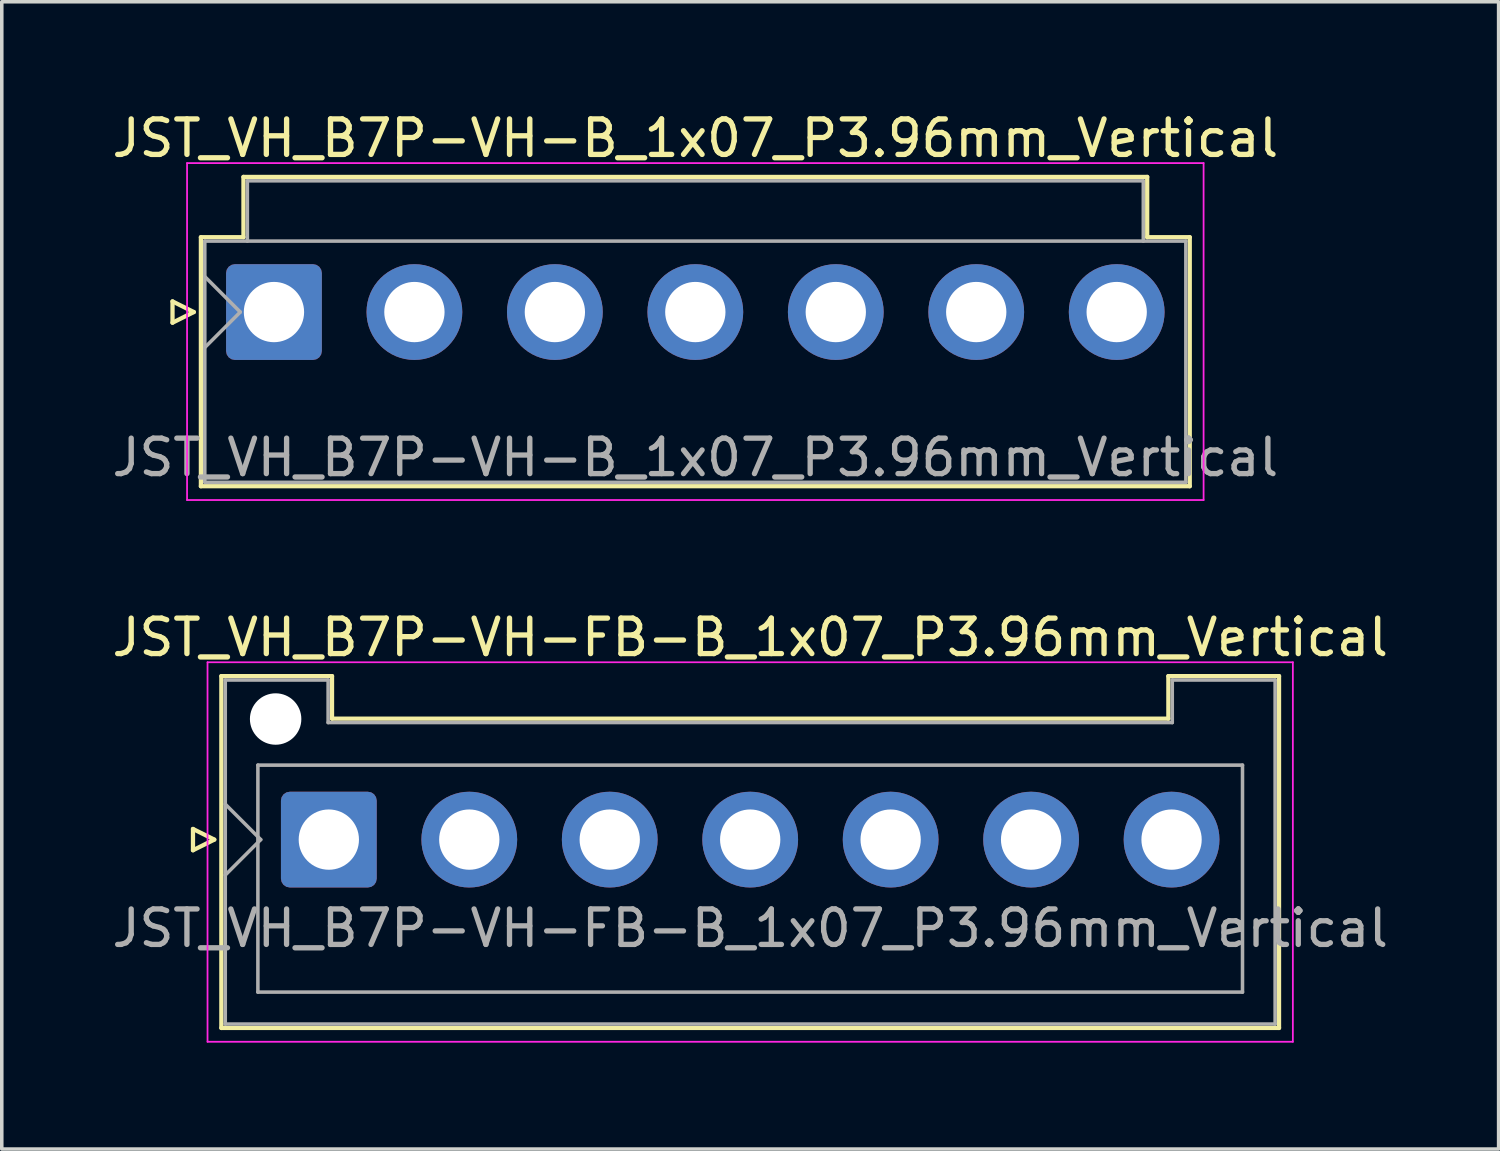
<source format=kicad_pcb>
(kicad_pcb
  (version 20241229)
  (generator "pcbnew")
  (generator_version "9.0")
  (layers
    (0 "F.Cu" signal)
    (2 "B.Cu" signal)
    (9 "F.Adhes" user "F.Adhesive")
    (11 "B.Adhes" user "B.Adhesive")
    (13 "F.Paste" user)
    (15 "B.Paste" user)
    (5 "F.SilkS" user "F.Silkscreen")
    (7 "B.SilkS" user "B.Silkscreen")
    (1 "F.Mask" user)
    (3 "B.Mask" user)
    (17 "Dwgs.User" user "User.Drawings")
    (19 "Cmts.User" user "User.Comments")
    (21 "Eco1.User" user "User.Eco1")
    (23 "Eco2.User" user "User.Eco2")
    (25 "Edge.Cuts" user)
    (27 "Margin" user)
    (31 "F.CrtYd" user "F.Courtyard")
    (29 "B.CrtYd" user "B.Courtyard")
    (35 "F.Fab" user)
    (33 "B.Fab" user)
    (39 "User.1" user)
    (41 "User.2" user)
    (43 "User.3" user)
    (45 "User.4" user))
  (footprint "JST_VH_B7P-VH-B_1x07_P3.96mm_Vertical"
    (layer "F.Cu")
    (at 4.674 5.748)
    (property "Reference" "JST_VH_B7P-VH-B_1x07_P3.96mm_Vertical" (at 11.88 -4.9 0) (layer "F.SilkS") (effects (font (size 1 1) (thickness 0.15))))
    (attr through_hole)
    (fp_line (start -2.86 -0.3) (end -2.26 0) (stroke (width 0.12) (type solid)) (layer "F.SilkS"))
    (fp_line (start -2.86 0.3) (end -2.86 -0.3) (stroke (width 0.12) (type solid)) (layer "F.SilkS"))
    (fp_line (start -2.26 0) (end -2.86 0.3) (stroke (width 0.12) (type solid)) (layer "F.SilkS"))
    (fp_line (start -2.06 -2.11) (end -0.86 -2.11) (stroke (width 0.12) (type solid)) (layer "F.SilkS"))
    (fp_line (start -2.06 4.91) (end -2.06 -2.11) (stroke (width 0.12) (type solid)) (layer "F.SilkS"))
    (fp_line (start -0.86 -3.81) (end 24.62 -3.81) (stroke (width 0.12) (type solid)) (layer "F.SilkS"))
    (fp_line (start -0.86 -2.11) (end -0.86 -3.81) (stroke (width 0.12) (type solid)) (layer "F.SilkS"))
    (fp_line (start 24.62 -3.81) (end 24.62 -2.11) (stroke (width 0.12) (type solid)) (layer "F.SilkS"))
    (fp_line (start 24.62 -2.11) (end 25.82 -2.11) (stroke (width 0.12) (type solid)) (layer "F.SilkS"))
    (fp_line (start 25.82 -2.11) (end 25.82 4.91) (stroke (width 0.12) (type solid)) (layer "F.SilkS"))
    (fp_line (start 25.82 4.91) (end -2.06 4.91) (stroke (width 0.12) (type solid)) (layer "F.SilkS"))
    (fp_line (start -2.45 -4.2) (end -2.45 5.3) (stroke (width 0.05) (type solid)) (layer "F.CrtYd"))
    (fp_line (start -2.45 5.3) (end 26.21 5.3) (stroke (width 0.05) (type solid)) (layer "F.CrtYd"))
    (fp_line (start 26.21 -4.2) (end -2.45 -4.2) (stroke (width 0.05) (type solid)) (layer "F.CrtYd"))
    (fp_line (start 26.21 5.3) (end 26.21 -4.2) (stroke (width 0.05) (type solid)) (layer "F.CrtYd"))
    (fp_line (start -1.95 -2) (end -1.95 4.8) (stroke (width 0.1) (type solid)) (layer "F.Fab"))
    (fp_line (start -1.95 -1) (end -0.95 0) (stroke (width 0.1) (type solid)) (layer "F.Fab"))
    (fp_line (start -1.95 1) (end -0.95 0) (stroke (width 0.1) (type solid)) (layer "F.Fab"))
    (fp_line (start -1.95 4.8) (end 25.71 4.8) (stroke (width 0.1) (type solid)) (layer "F.Fab"))
    (fp_line (start -0.75 -3.7) (end 24.51 -3.7) (stroke (width 0.1) (type solid)) (layer "F.Fab"))
    (fp_line (start -0.75 -2) (end -0.75 -3.7) (stroke (width 0.1) (type solid)) (layer "F.Fab"))
    (fp_line (start 24.51 -3.7) (end 24.51 -2) (stroke (width 0.1) (type solid)) (layer "F.Fab"))
    (fp_line (start 25.71 -2) (end -1.95 -2) (stroke (width 0.1) (type solid)) (layer "F.Fab"))
    (fp_line (start 25.71 4.8) (end 25.71 -2) (stroke (width 0.1) (type solid)) (layer "F.Fab"))
    (fp_text user "${REFERENCE}" (at 11.88 4.1 0) (layer "F.Fab") (effects (font (size 1 1) (thickness 0.15))))
    (pad "1" thru_hole roundrect (at 0 0) (size 2.7 2.7) (drill 1.7) (layers "*.Cu" "*.Mask") (roundrect_rratio 0.093))
    (pad "2" thru_hole circle (at 3.96 0) (size 2.7 2.7) (drill 1.7) (layers "*.Cu" "*.Mask"))
    (pad "3" thru_hole circle (at 7.92 0) (size 2.7 2.7) (drill 1.7) (layers "*.Cu" "*.Mask"))
    (pad "4" thru_hole circle (at 11.88 0) (size 2.7 2.7) (drill 1.7) (layers "*.Cu" "*.Mask"))
    (pad "5" thru_hole circle (at 15.84 0) (size 2.7 2.7) (drill 1.7) (layers "*.Cu" "*.Mask"))
    (pad "6" thru_hole circle (at 19.8 0) (size 2.7 2.7) (drill 1.7) (layers "*.Cu" "*.Mask"))
    (pad "7" thru_hole circle (at 23.76 0) (size 2.7 2.7) (drill 1.7) (layers "*.Cu" "*.Mask")))
  (footprint "JST_VH_B7P-VH-FB-B_1x07_P3.96mm_Vertical"
    (layer "F.Cu")
    (at 6.221 20.622)
    (property "Reference" "JST_VH_B7P-VH-FB-B_1x07_P3.96mm_Vertical" (at 11.88 -5.7 0) (layer "F.SilkS") (effects (font (size 1 1) (thickness 0.15))))
    (attr through_hole)
    (fp_line (start -3.83 -0.3) (end -3.23 0) (stroke (width 0.12) (type solid)) (layer "F.SilkS"))
    (fp_line (start -3.83 0.3) (end -3.83 -0.3) (stroke (width 0.12) (type solid)) (layer "F.SilkS"))
    (fp_line (start -3.23 0) (end -3.83 0.3) (stroke (width 0.12) (type solid)) (layer "F.SilkS"))
    (fp_line (start -3.03 -4.61) (end 0.09 -4.61) (stroke (width 0.12) (type solid)) (layer "F.SilkS"))
    (fp_line (start -3.03 5.31) (end -3.03 -4.61) (stroke (width 0.12) (type solid)) (layer "F.SilkS"))
    (fp_line (start 0.09 -4.61) (end 0.09 -3.41) (stroke (width 0.12) (type solid)) (layer "F.SilkS"))
    (fp_line (start 0.09 -3.41) (end 23.67 -3.41) (stroke (width 0.12) (type solid)) (layer "F.SilkS"))
    (fp_line (start 23.67 -4.61) (end 26.79 -4.61) (stroke (width 0.12) (type solid)) (layer "F.SilkS"))
    (fp_line (start 23.67 -3.41) (end 23.67 -4.61) (stroke (width 0.12) (type solid)) (layer "F.SilkS"))
    (fp_line (start 26.79 -4.61) (end 26.79 5.31) (stroke (width 0.12) (type solid)) (layer "F.SilkS"))
    (fp_line (start 26.79 5.31) (end -3.03 5.31) (stroke (width 0.12) (type solid)) (layer "F.SilkS"))
    (fp_line (start -3.42 -5) (end -3.42 5.7) (stroke (width 0.05) (type solid)) (layer "F.CrtYd"))
    (fp_line (start -3.42 5.7) (end 27.18 5.7) (stroke (width 0.05) (type solid)) (layer "F.CrtYd"))
    (fp_line (start 27.18 -5) (end -3.42 -5) (stroke (width 0.05) (type solid)) (layer "F.CrtYd"))
    (fp_line (start 27.18 5.7) (end 27.18 -5) (stroke (width 0.05) (type solid)) (layer "F.CrtYd"))
    (fp_line (start -2.92 -4.5) (end -0.02 -4.5) (stroke (width 0.1) (type solid)) (layer "F.Fab"))
    (fp_line (start -2.92 -1) (end -1.92 0) (stroke (width 0.1) (type solid)) (layer "F.Fab"))
    (fp_line (start -2.92 1) (end -1.92 0) (stroke (width 0.1) (type solid)) (layer "F.Fab"))
    (fp_line (start -2.92 5.2) (end -2.92 -4.5) (stroke (width 0.1) (type solid)) (layer "F.Fab"))
    (fp_line (start -2 -2.1) (end 25.76 -2.1) (stroke (width 0.1) (type solid)) (layer "F.Fab"))
    (fp_line (start -2 4.3) (end -2 -2.1) (stroke (width 0.1) (type solid)) (layer "F.Fab"))
    (fp_line (start -0.02 -4.5) (end -0.02 -3.3) (stroke (width 0.1) (type solid)) (layer "F.Fab"))
    (fp_line (start -0.02 -3.3) (end 23.78 -3.3) (stroke (width 0.1) (type solid)) (layer "F.Fab"))
    (fp_line (start 23.78 -4.5) (end 26.68 -4.5) (stroke (width 0.1) (type solid)) (layer "F.Fab"))
    (fp_line (start 23.78 -3.3) (end 23.78 -4.5) (stroke (width 0.1) (type solid)) (layer "F.Fab"))
    (fp_line (start 25.76 -2.1) (end 25.76 4.3) (stroke (width 0.1) (type solid)) (layer "F.Fab"))
    (fp_line (start 25.76 4.3) (end -2 4.3) (stroke (width 0.1) (type solid)) (layer "F.Fab"))
    (fp_line (start 26.68 -4.5) (end 26.68 5.2) (stroke (width 0.1) (type solid)) (layer "F.Fab"))
    (fp_line (start 26.68 5.2) (end -2.92 5.2) (stroke (width 0.1) (type solid)) (layer "F.Fab"))
    (fp_text user "${REFERENCE}" (at 11.88 2.5 0) (layer "F.Fab") (effects (font (size 1 1) (thickness 0.15))))
    (pad "" np_thru_hole circle (at -1.5 -3.4) (size 1.45 1.45) (drill 1.45) (layers "*.Cu" "*.Mask"))
    (pad "1" thru_hole roundrect (at 0 0) (size 2.7 2.7) (drill 1.7) (layers "*.Cu" "*.Mask") (roundrect_rratio 0.093))
    (pad "2" thru_hole circle (at 3.96 0) (size 2.7 2.7) (drill 1.7) (layers "*.Cu" "*.Mask"))
    (pad "3" thru_hole circle (at 7.92 0) (size 2.7 2.7) (drill 1.7) (layers "*.Cu" "*.Mask"))
    (pad "4" thru_hole circle (at 11.88 0) (size 2.7 2.7) (drill 1.7) (layers "*.Cu" "*.Mask"))
    (pad "5" thru_hole circle (at 15.84 0) (size 2.7 2.7) (drill 1.7) (layers "*.Cu" "*.Mask"))
    (pad "6" thru_hole circle (at 19.8 0) (size 2.7 2.7) (drill 1.7) (layers "*.Cu" "*.Mask"))
    (pad "7" thru_hole circle (at 23.76 0) (size 2.7 2.7) (drill 1.7) (layers "*.Cu" "*.Mask")))
  (gr_rect
    (start -3 -3)
    (end 39.202 29.346)
    (stroke (width 0.1) (type default))
    (fill no)
    (layer "Edge.Cuts")))
</source>
